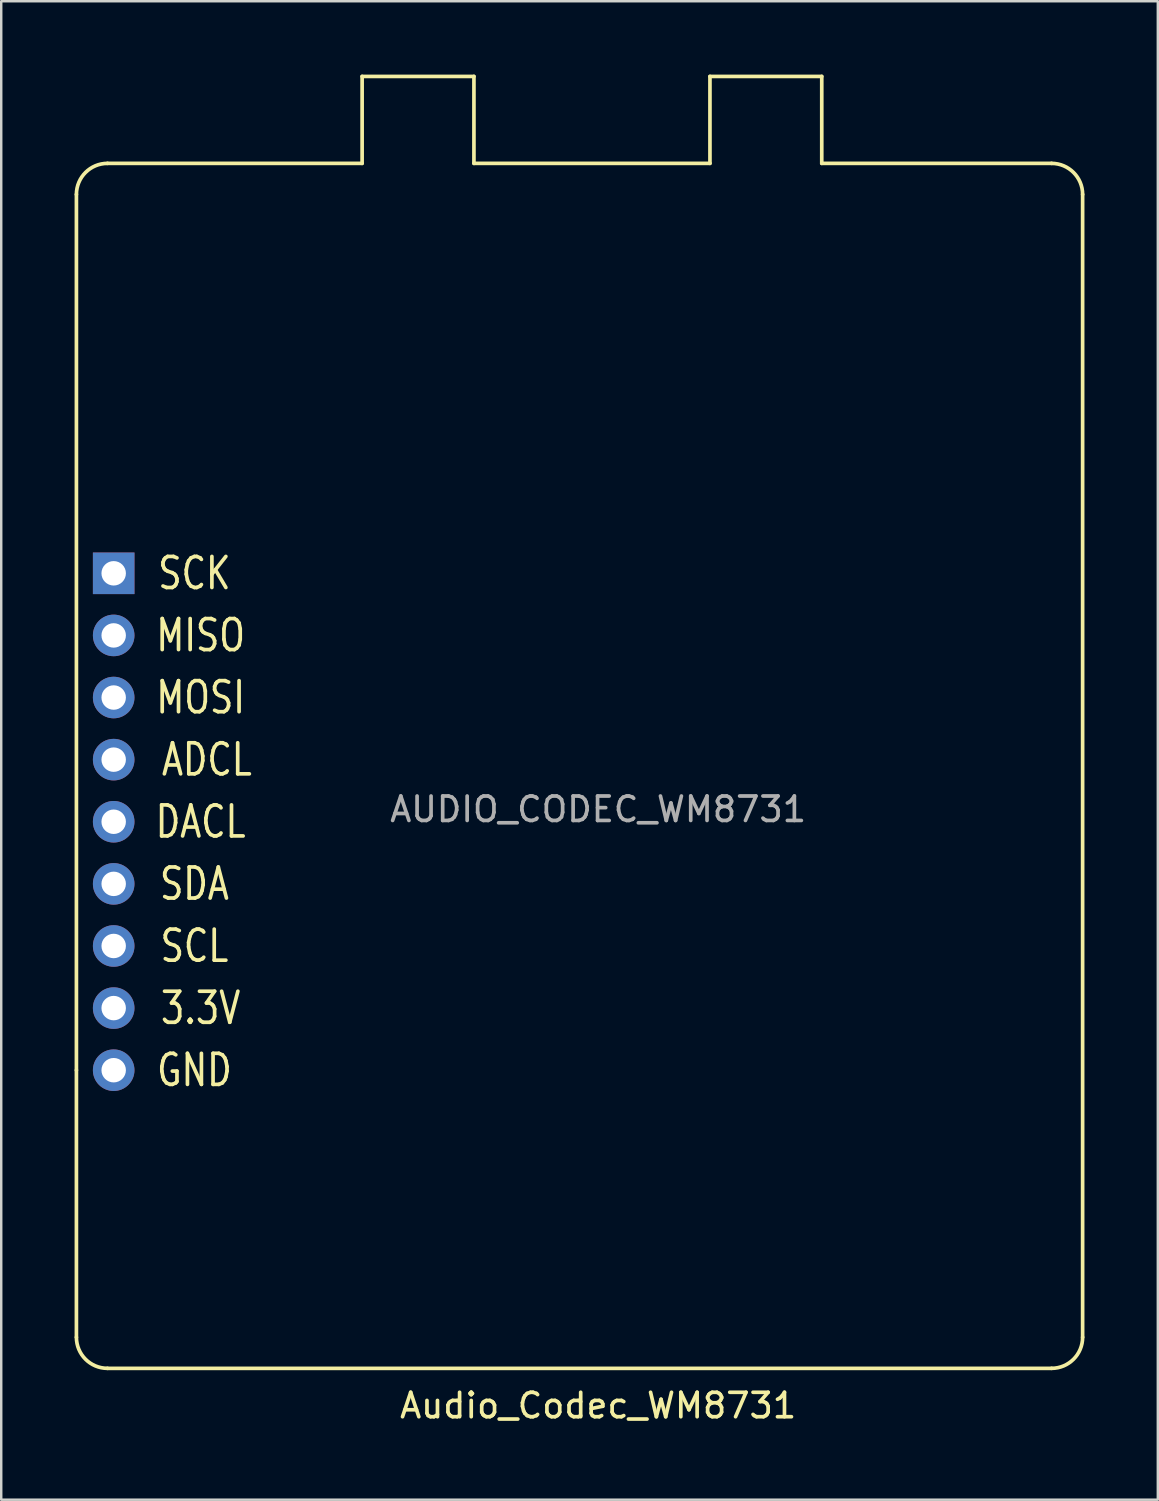
<source format=kicad_pcb>
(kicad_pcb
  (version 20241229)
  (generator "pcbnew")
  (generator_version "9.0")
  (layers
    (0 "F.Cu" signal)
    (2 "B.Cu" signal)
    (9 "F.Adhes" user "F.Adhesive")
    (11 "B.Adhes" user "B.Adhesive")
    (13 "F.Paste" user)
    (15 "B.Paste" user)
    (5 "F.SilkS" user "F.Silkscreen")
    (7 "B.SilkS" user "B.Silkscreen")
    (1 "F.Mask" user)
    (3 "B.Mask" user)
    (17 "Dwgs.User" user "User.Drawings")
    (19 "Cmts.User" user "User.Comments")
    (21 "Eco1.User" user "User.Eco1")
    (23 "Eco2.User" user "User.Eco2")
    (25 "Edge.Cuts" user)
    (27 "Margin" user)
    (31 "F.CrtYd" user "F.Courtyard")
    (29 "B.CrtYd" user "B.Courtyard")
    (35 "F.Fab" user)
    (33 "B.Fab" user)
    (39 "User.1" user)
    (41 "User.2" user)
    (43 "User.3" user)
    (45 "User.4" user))
  (footprint "Audio_Codec_WM8731"
    (layer "F.Cu")
    (at 21.411 31.571)
    (property "Reference" "Audio_Codec_WM8731" (at 0 22.86 0) (layer "F.SilkS") (effects (font (size 1 1) (thickness 0.15))))
    (attr through_hole)
    (fp_line (start -21.336 9.144) (end -21.336 -26.67) (stroke (width 0.15) (type solid)) (layer "F.SilkS"))
    (fp_line (start -21.336 20.066) (end -21.336 9.144) (stroke (width 0.15) (type solid)) (layer "F.SilkS"))
    (fp_line (start -20.066 21.336) (end 18.542 21.336) (stroke (width 0.15) (type solid)) (layer "F.SilkS"))
    (fp_line (start -9.652 -31.496) (end -5.08 -31.496) (stroke (width 0.15) (type solid)) (layer "F.SilkS"))
    (fp_line (start -9.652 -27.94) (end -20.066 -27.94) (stroke (width 0.15) (type solid)) (layer "F.SilkS"))
    (fp_line (start -9.652 -27.94) (end -9.652 -31.496) (stroke (width 0.15) (type solid)) (layer "F.SilkS"))
    (fp_line (start -5.08 -31.496) (end -5.08 -27.94) (stroke (width 0.15) (type solid)) (layer "F.SilkS"))
    (fp_line (start -5.08 -27.94) (end 4.572 -27.94) (stroke (width 0.15) (type solid)) (layer "F.SilkS"))
    (fp_line (start 4.572 -31.496) (end 4.572 -27.94) (stroke (width 0.15) (type solid)) (layer "F.SilkS"))
    (fp_line (start 4.572 -31.496) (end 9.144 -31.496) (stroke (width 0.15) (type solid)) (layer "F.SilkS"))
    (fp_line (start 9.144 -31.496) (end 9.144 -27.94) (stroke (width 0.15) (type solid)) (layer "F.SilkS"))
    (fp_line (start 9.144 -27.94) (end 18.542 -27.94) (stroke (width 0.15) (type solid)) (layer "F.SilkS"))
    (fp_line (start 19.812 -26.67) (end 19.812 20.066) (stroke (width 0.15) (type solid)) (layer "F.SilkS"))
    (fp_arc (start -21.336 -26.67) (mid -20.964026 -27.568026) (end -20.066 -27.94) (stroke (width 0.15) (type solid)) (layer "F.SilkS"))
    (fp_arc (start -20.066 21.336) (mid -20.964026 20.964026) (end -21.336 20.066) (stroke (width 0.15) (type solid)) (layer "F.SilkS"))
    (fp_arc (start 18.542 -27.94) (mid 19.440026 -27.568026) (end 19.812 -26.67) (stroke (width 0.15) (type solid)) (layer "F.SilkS"))
    (fp_arc (start 19.812 20.066) (mid 19.440026 20.964026) (end 18.542 21.336) (stroke (width 0.15) (type solid)) (layer "F.SilkS"))
    (fp_text user "SCK" (at -16.51 -11.176 0) (layer "F.SilkS") (effects (font (size 1.27 1) (thickness 0.15))))
    (fp_text user "MOSI" (at -16.256 -6.096 0) (layer "F.SilkS") (effects (font (size 1.27 1) (thickness 0.15))))
    (fp_text user "3.3V" (at -16.256 6.604 0) (layer "F.SilkS") (effects (font (size 1.27 1) (thickness 0.15))))
    (fp_text user "SDA" (at -16.51 1.524 0) (layer "F.SilkS") (effects (font (size 1.27 1) (thickness 0.15))))
    (fp_text user "SCL" (at -16.51 4.064 0) (layer "F.SilkS") (effects (font (size 1.27 1) (thickness 0.15))))
    (fp_text user "MISO" (at -16.256 -8.636 0) (layer "F.SilkS") (effects (font (size 1.27 1) (thickness 0.15))))
    (fp_text user "GND" (at -16.51 9.144 0) (layer "F.SilkS") (effects (font (size 1.27 1) (thickness 0.15))))
    (fp_text user "ADCL" (at -16.002 -3.556 0) (layer "F.SilkS") (effects (font (size 1.27 1) (thickness 0.15))))
    (fp_text user "DACL" (at -16.256 -1.016 0) (layer "F.SilkS") (effects (font (size 1.27 1) (thickness 0.15))))
    (fp_text user "AUDIO_CODEC_WM8731" (at 0 -1.524 0) (layer "F.Fab") (effects (font (size 1 1) (thickness 0.15))))
    (pad "1" thru_hole rect (at -19.812 -11.176) (size 1.7 1.7) (drill 1) (layers "*.Cu" "*.Mask"))
    (pad "2" thru_hole oval (at -19.812 -8.636) (size 1.7 1.7) (drill 1) (layers "*.Cu" "*.Mask"))
    (pad "3" thru_hole oval (at -19.812 -6.096) (size 1.7 1.7) (drill 1) (layers "*.Cu" "*.Mask"))
    (pad "4" thru_hole oval (at -19.812 -3.556) (size 1.7 1.7) (drill 1) (layers "*.Cu" "*.Mask"))
    (pad "5" thru_hole oval (at -19.812 -1.016) (size 1.7 1.7) (drill 1) (layers "*.Cu" "*.Mask"))
    (pad "6" thru_hole oval (at -19.812 1.524) (size 1.7 1.7) (drill 1) (layers "*.Cu" "*.Mask"))
    (pad "7" thru_hole oval (at -19.812 4.064) (size 1.7 1.7) (drill 1) (layers "*.Cu" "*.Mask"))
    (pad "8" thru_hole oval (at -19.812 6.604) (size 1.7 1.7) (drill 1) (layers "*.Cu" "*.Mask"))
    (pad "9" thru_hole oval (at -19.812 9.144) (size 1.7 1.7) (drill 1) (layers "*.Cu" "*.Mask")))
  (gr_rect
    (start -3 -3)
    (end 44.298 58.279)
    (stroke (width 0.1) (type default))
    (fill no)
    (layer "Edge.Cuts")))
</source>
